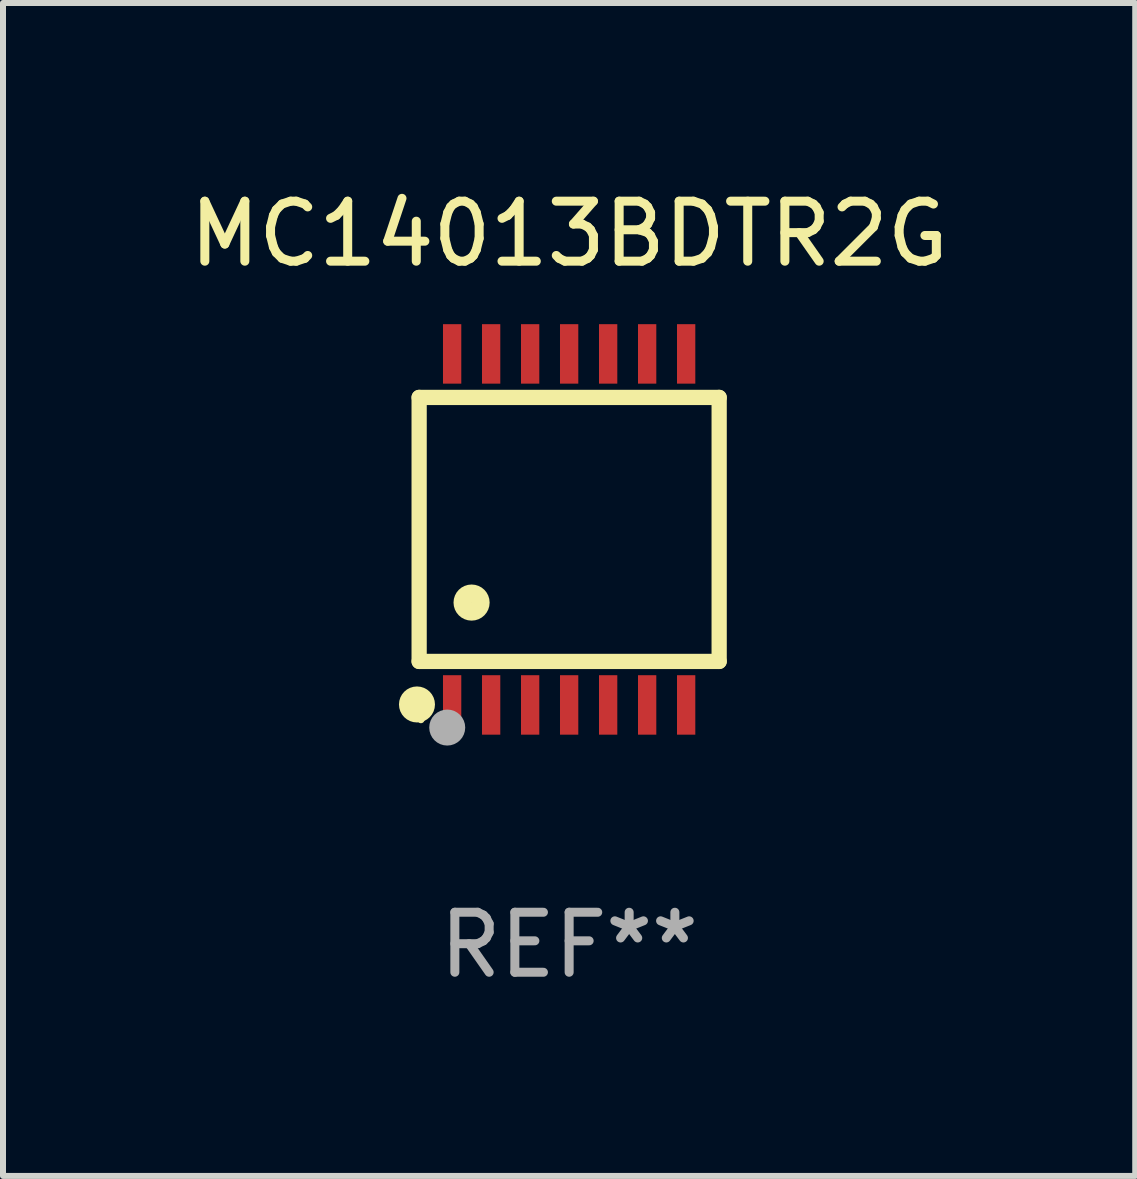
<source format=kicad_pcb>
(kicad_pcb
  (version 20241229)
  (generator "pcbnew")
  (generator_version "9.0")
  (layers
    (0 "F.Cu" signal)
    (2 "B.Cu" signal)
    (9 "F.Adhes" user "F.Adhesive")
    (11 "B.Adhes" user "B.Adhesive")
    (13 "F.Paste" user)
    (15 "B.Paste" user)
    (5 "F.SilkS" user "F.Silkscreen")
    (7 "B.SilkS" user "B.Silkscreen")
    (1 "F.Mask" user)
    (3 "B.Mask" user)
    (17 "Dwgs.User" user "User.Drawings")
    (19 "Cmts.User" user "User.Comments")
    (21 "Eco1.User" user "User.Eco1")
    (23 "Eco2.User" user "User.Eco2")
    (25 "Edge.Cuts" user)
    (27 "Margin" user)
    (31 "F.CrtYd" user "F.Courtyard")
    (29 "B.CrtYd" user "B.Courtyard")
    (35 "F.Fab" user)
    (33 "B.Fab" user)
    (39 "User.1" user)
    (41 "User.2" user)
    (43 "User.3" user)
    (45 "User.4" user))
  (footprint "MC14013BDTR2G"
    (layer "F.Cu")
    (at 6.435 5.773)
    (property "Reference" "MC14013BDTR2G" (at 0 -4.925 0) (layer "F.SilkS") (effects (font (size 1 1) (thickness 0.15))))
    (attr through_hole)
    (fp_line (start -2.5 2.2) (end -2.5 -2.2) (stroke (width 0.254) (type solid)) (layer "F.SilkS"))
    (fp_line (start -2.5 2.2) (end 2.5 2.2) (stroke (width 0.254) (type solid)) (layer "F.SilkS"))
    (fp_line (start 2.5 -2.2) (end -2.5 -2.2) (stroke (width 0.254) (type solid)) (layer "F.SilkS"))
    (fp_line (start 2.5 -2.2) (end 2.5 2.2) (stroke (width 0.254) (type solid)) (layer "F.SilkS"))
    (fp_circle (center -2.536 2.917) (end -2.386 2.917) (stroke (width 0.3) (type solid)) (fill no) (layer "F.SilkS"))
    (fp_circle (center -2.47 3.17) (end -2.44 3.17) (stroke (width 0.06) (type solid)) (fill no) (layer "F.SilkS"))
    (fp_circle (center -1.626 1.219) (end -1.475 1.219) (stroke (width 0.3) (type solid)) (fill no) (layer "F.SilkS"))
    (fp_circle (center -2.032 3.302) (end -1.882 3.302) (stroke (width 0.3) (type solid)) (fill no) (layer "F.Fab"))
    (fp_text user "REF**" (at 0 6.925 0) (layer "F.Fab") (effects (font (size 1 1) (thickness 0.15))))
    (pad "1" smd rect (at -1.95 2.925) (size 0.305 0.991) (layers "F.Cu" "F.Mask" "F.Paste"))
    (pad "2" smd rect (at -1.3 2.925) (size 0.305 0.991) (layers "F.Cu" "F.Mask" "F.Paste"))
    (pad "3" smd rect (at -0.65 2.925) (size 0.305 0.991) (layers "F.Cu" "F.Mask" "F.Paste"))
    (pad "4" smd rect (at 0 2.925) (size 0.305 0.991) (layers "F.Cu" "F.Mask" "F.Paste"))
    (pad "5" smd rect (at 0.65 2.925) (size 0.305 0.991) (layers "F.Cu" "F.Mask" "F.Paste"))
    (pad "6" smd rect (at 1.3 2.925) (size 0.305 0.991) (layers "F.Cu" "F.Mask" "F.Paste"))
    (pad "7" smd rect (at 1.95 2.925) (size 0.305 0.991) (layers "F.Cu" "F.Mask" "F.Paste"))
    (pad "8" smd rect (at 1.95 -2.925) (size 0.305 0.991) (layers "F.Cu" "F.Mask" "F.Paste"))
    (pad "9" smd rect (at 1.3 -2.925) (size 0.305 0.991) (layers "F.Cu" "F.Mask" "F.Paste"))
    (pad "10" smd rect (at 0.65 -2.925) (size 0.305 0.991) (layers "F.Cu" "F.Mask" "F.Paste"))
    (pad "11" smd rect (at 0 -2.925) (size 0.305 0.991) (layers "F.Cu" "F.Mask" "F.Paste"))
    (pad "12" smd rect (at -0.65 -2.925) (size 0.305 0.991) (layers "F.Cu" "F.Mask" "F.Paste"))
    (pad "13" smd rect (at -1.3 -2.925) (size 0.305 0.991) (layers "F.Cu" "F.Mask" "F.Paste"))
    (pad "14" smd rect (at -1.95 -2.925) (size 0.305 0.991) (layers "F.Cu" "F.Mask" "F.Paste")))
  (gr_rect
    (start -3 -3)
    (end 15.869 16.547)
    (stroke (width 0.1) (type default))
    (fill no)
    (layer "Edge.Cuts")))
</source>
